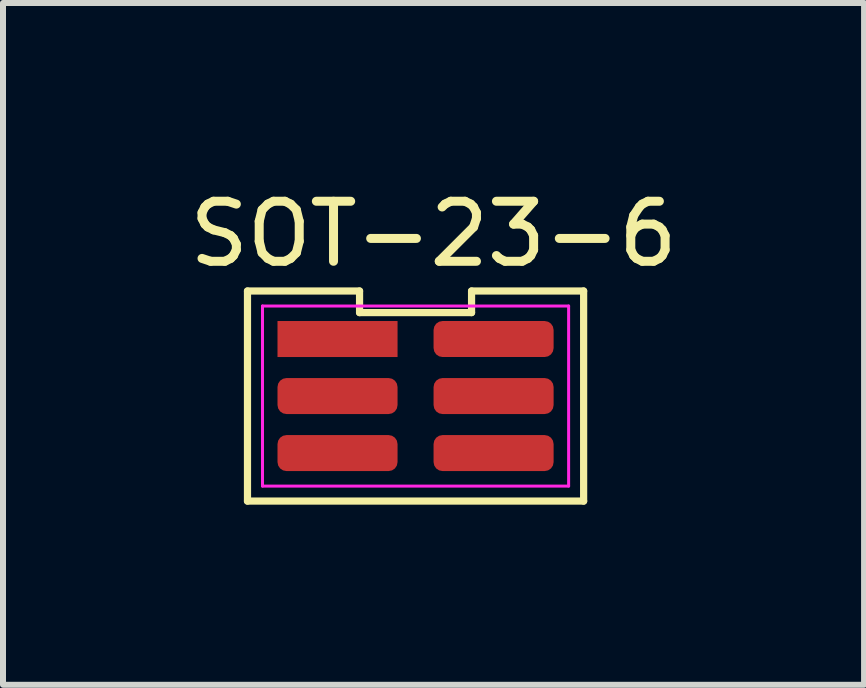
<source format=kicad_pcb>
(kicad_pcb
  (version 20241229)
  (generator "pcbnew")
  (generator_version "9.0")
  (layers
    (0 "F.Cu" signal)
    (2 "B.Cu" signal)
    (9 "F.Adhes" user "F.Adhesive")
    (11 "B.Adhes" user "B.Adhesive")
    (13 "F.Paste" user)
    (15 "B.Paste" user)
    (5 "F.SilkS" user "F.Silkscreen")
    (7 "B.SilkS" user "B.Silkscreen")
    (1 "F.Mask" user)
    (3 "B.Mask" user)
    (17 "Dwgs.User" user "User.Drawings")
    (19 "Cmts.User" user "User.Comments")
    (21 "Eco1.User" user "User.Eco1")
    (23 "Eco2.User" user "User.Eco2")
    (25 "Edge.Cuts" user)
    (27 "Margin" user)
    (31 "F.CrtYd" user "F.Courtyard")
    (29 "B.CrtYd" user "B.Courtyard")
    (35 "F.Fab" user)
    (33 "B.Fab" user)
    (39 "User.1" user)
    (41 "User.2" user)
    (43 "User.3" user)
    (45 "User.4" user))
  (footprint "SOT-23-6"
    (layer "F.Cu")
    (at 4.173 3.848)
    (property "Reference" "SOT-23-6" (at 0 -3 0) (layer "F.SilkS") (effects (font (size 1 1) (thickness 0.15))))
    (attr through_hole)
    (fp_line (start -3.1 -2.05) (end -3.1 1.45) (stroke (width 0.12) (type default)) (layer "F.SilkS"))
    (fp_line (start -3.1 1.45) (end 2.5 1.45) (stroke (width 0.12) (type default)) (layer "F.SilkS"))
    (fp_line (start -1.233 -2.05) (end -3.1 -2.05) (stroke (width 0.12) (type default)) (layer "F.SilkS"))
    (fp_line (start -1.233 -1.69) (end -1.233 -2.05) (stroke (width 0.12) (type default)) (layer "F.SilkS"))
    (fp_line (start 0.633 -2.05) (end 0.633 -1.69) (stroke (width 0.12) (type default)) (layer "F.SilkS"))
    (fp_line (start 0.633 -1.69) (end -1.233 -1.69) (stroke (width 0.12) (type default)) (layer "F.SilkS"))
    (fp_line (start 2.5 -2.05) (end 0.633 -2.05) (stroke (width 0.12) (type default)) (layer "F.SilkS"))
    (fp_line (start 2.5 1.45) (end 2.5 -2.05) (stroke (width 0.12) (type default)) (layer "F.SilkS"))
    (fp_line (start -2.85 -1.8) (end 2.25 -1.8) (stroke (width 0.05) (type default)) (layer "F.CrtYd"))
    (fp_line (start -2.85 1.2) (end -2.85 -1.8) (stroke (width 0.05) (type default)) (layer "F.CrtYd"))
    (fp_line (start 2.25 -1.8) (end 2.25 1.2) (stroke (width 0.05) (type default)) (layer "F.CrtYd"))
    (fp_line (start 2.25 1.2) (end -2.85 1.2) (stroke (width 0.05) (type default)) (layer "F.CrtYd"))
    (pad "1" smd rect (at -1.6 -1.25 270) (size 0.6 2) (layers "F.Cu" "F.Mask" "F.Paste"))
    (pad "2" smd roundrect (at -1.6 -0.3 270) (size 0.6 2) (layers "F.Cu" "F.Mask" "F.Paste") (roundrect_rratio 0.25))
    (pad "3" smd roundrect (at -1.6 0.65 270) (size 0.6 2) (layers "F.Cu" "F.Mask" "F.Paste") (roundrect_rratio 0.25))
    (pad "4" smd roundrect (at 1 0.65 270) (size 0.6 2) (layers "F.Cu" "F.Mask" "F.Paste") (roundrect_rratio 0.25))
    (pad "5" smd roundrect (at 1 -0.3 270) (size 0.6 2) (layers "F.Cu" "F.Mask" "F.Paste") (roundrect_rratio 0.25))
    (pad "6" smd roundrect (at 1 -1.25 270) (size 0.6 2) (layers "F.Cu" "F.Mask" "F.Paste") (roundrect_rratio 0.25)))
  (gr_rect
    (start -3 -3)
    (end 11.345 8.358)
    (stroke (width 0.1) (type default))
    (fill no)
    (layer "Edge.Cuts")))
</source>
